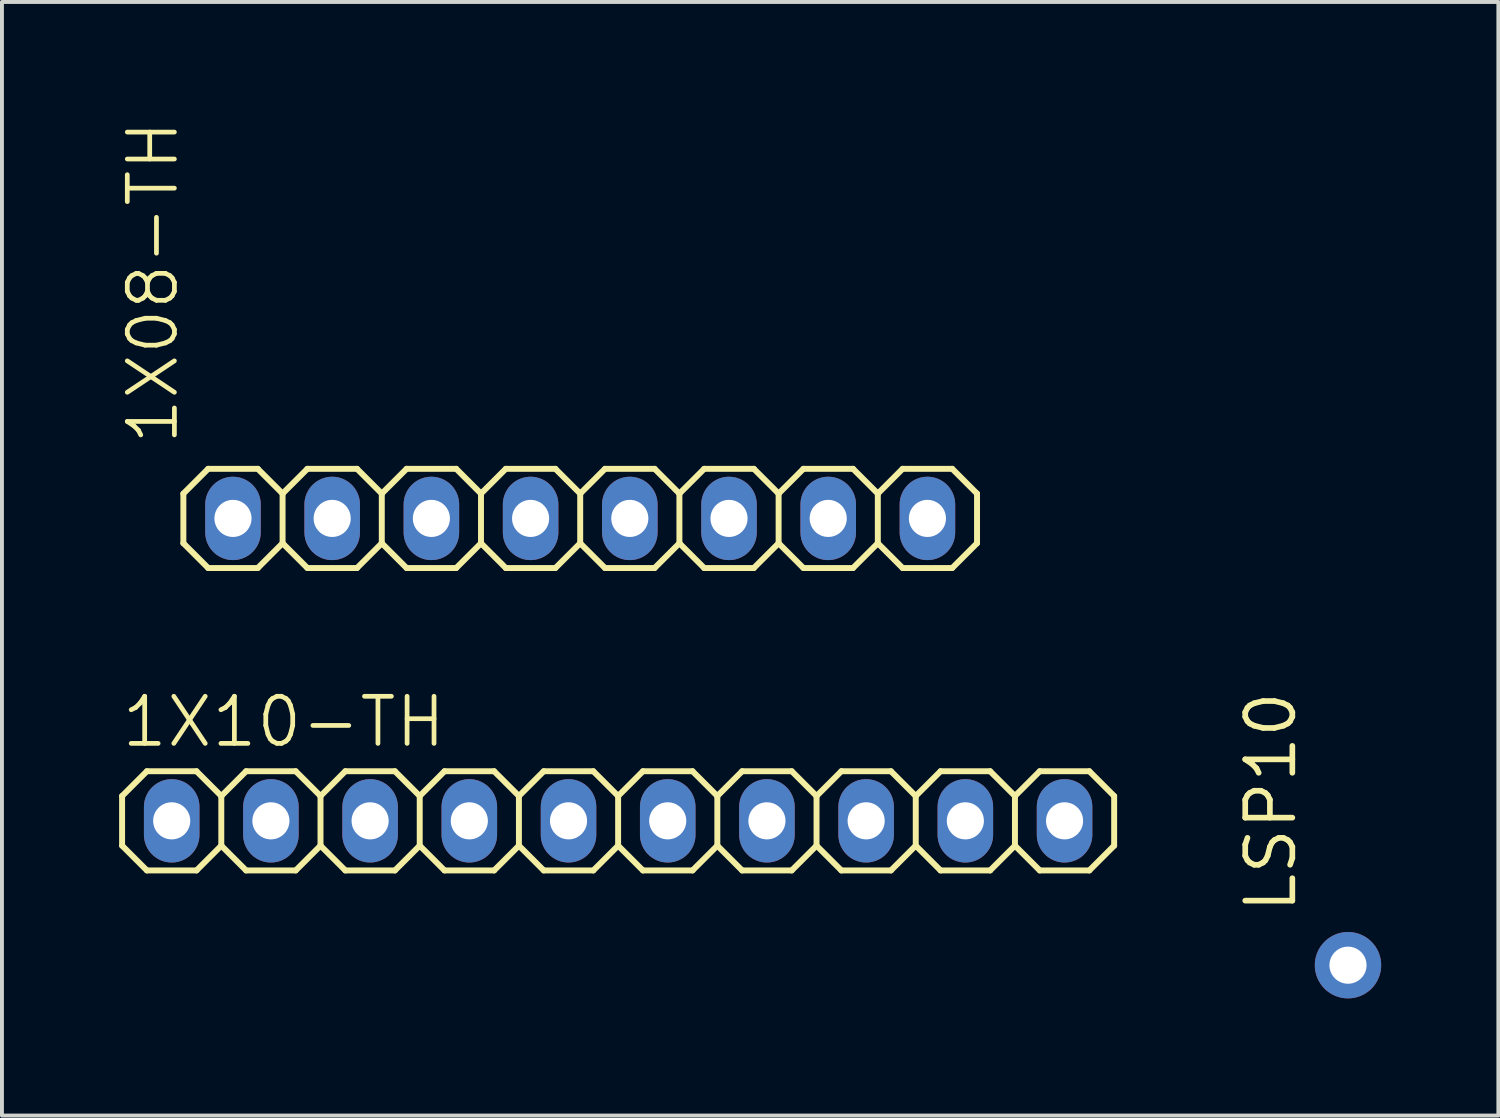
<source format=kicad_pcb>
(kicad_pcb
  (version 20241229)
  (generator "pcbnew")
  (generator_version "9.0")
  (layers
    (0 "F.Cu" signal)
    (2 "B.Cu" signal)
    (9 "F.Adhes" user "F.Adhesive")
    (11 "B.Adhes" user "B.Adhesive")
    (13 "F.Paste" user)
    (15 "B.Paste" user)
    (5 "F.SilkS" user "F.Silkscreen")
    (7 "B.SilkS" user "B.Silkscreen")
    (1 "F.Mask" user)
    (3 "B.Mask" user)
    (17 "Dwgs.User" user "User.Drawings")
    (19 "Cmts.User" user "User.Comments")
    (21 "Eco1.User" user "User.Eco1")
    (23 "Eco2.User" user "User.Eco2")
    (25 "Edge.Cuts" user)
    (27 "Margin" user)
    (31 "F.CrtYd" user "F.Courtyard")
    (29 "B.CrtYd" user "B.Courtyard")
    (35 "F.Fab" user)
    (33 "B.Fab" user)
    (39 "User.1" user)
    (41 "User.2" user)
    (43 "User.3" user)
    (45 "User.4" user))
  (footprint "1X08-TH"
    (layer "F.Cu")
    (at 11.805 10.223)
    (property "Reference" "1X08-TH" (at -10.236 -1.829 90) (layer "F.SilkS") (effects (font (size 1.206 1.206) (thickness 0.121)) (justify left bottom)))
    (attr through_hole)
    (fp_line (start -10.16 -0.635) (end -10.16 0.635) (stroke (width 0.152) (type solid)) (layer "F.SilkS"))
    (fp_line (start -10.16 0.635) (end -9.525 1.27) (stroke (width 0.152) (type solid)) (layer "F.SilkS"))
    (fp_line (start -9.525 -1.27) (end -10.16 -0.635) (stroke (width 0.152) (type solid)) (layer "F.SilkS"))
    (fp_line (start -9.525 -1.27) (end -8.255 -1.27) (stroke (width 0.152) (type solid)) (layer "F.SilkS"))
    (fp_line (start -8.255 -1.27) (end -7.62 -0.635) (stroke (width 0.152) (type solid)) (layer "F.SilkS"))
    (fp_line (start -8.255 1.27) (end -9.525 1.27) (stroke (width 0.152) (type solid)) (layer "F.SilkS"))
    (fp_line (start -7.62 -0.635) (end -7.62 0.635) (stroke (width 0.152) (type solid)) (layer "F.SilkS"))
    (fp_line (start -7.62 -0.635) (end -6.985 -1.27) (stroke (width 0.152) (type solid)) (layer "F.SilkS"))
    (fp_line (start -7.62 0.635) (end -8.255 1.27) (stroke (width 0.152) (type solid)) (layer "F.SilkS"))
    (fp_line (start -6.985 -1.27) (end -5.715 -1.27) (stroke (width 0.152) (type solid)) (layer "F.SilkS"))
    (fp_line (start -6.985 1.27) (end -7.62 0.635) (stroke (width 0.152) (type solid)) (layer "F.SilkS"))
    (fp_line (start -5.715 -1.27) (end -5.08 -0.635) (stroke (width 0.152) (type solid)) (layer "F.SilkS"))
    (fp_line (start -5.715 1.27) (end -6.985 1.27) (stroke (width 0.152) (type solid)) (layer "F.SilkS"))
    (fp_line (start -5.08 -0.635) (end -5.08 0.635) (stroke (width 0.152) (type solid)) (layer "F.SilkS"))
    (fp_line (start -5.08 -0.635) (end -4.445 -1.27) (stroke (width 0.152) (type solid)) (layer "F.SilkS"))
    (fp_line (start -5.08 0.635) (end -5.715 1.27) (stroke (width 0.152) (type solid)) (layer "F.SilkS"))
    (fp_line (start -4.445 -1.27) (end -3.175 -1.27) (stroke (width 0.152) (type solid)) (layer "F.SilkS"))
    (fp_line (start -4.445 1.27) (end -5.08 0.635) (stroke (width 0.152) (type solid)) (layer "F.SilkS"))
    (fp_line (start -3.175 -1.27) (end -2.54 -0.635) (stroke (width 0.152) (type solid)) (layer "F.SilkS"))
    (fp_line (start -3.175 1.27) (end -4.445 1.27) (stroke (width 0.152) (type solid)) (layer "F.SilkS"))
    (fp_line (start -2.54 -0.635) (end -2.54 0.635) (stroke (width 0.152) (type solid)) (layer "F.SilkS"))
    (fp_line (start -2.54 0.635) (end -3.175 1.27) (stroke (width 0.152) (type solid)) (layer "F.SilkS"))
    (fp_line (start -2.54 0.635) (end -1.905 1.27) (stroke (width 0.152) (type solid)) (layer "F.SilkS"))
    (fp_line (start -1.905 -1.27) (end -2.54 -0.635) (stroke (width 0.152) (type solid)) (layer "F.SilkS"))
    (fp_line (start -1.905 -1.27) (end -0.635 -1.27) (stroke (width 0.152) (type solid)) (layer "F.SilkS"))
    (fp_line (start -0.635 -1.27) (end 0 -0.635) (stroke (width 0.152) (type solid)) (layer "F.SilkS"))
    (fp_line (start -0.635 1.27) (end -1.905 1.27) (stroke (width 0.152) (type solid)) (layer "F.SilkS"))
    (fp_line (start 0 -0.635) (end 0 0.635) (stroke (width 0.152) (type solid)) (layer "F.SilkS"))
    (fp_line (start 0 -0.635) (end 0.635 -1.27) (stroke (width 0.152) (type solid)) (layer "F.SilkS"))
    (fp_line (start 0 0.635) (end -0.635 1.27) (stroke (width 0.152) (type solid)) (layer "F.SilkS"))
    (fp_line (start 0.635 -1.27) (end 1.905 -1.27) (stroke (width 0.152) (type solid)) (layer "F.SilkS"))
    (fp_line (start 0.635 1.27) (end 0 0.635) (stroke (width 0.152) (type solid)) (layer "F.SilkS"))
    (fp_line (start 1.905 -1.27) (end 2.54 -0.635) (stroke (width 0.152) (type solid)) (layer "F.SilkS"))
    (fp_line (start 1.905 1.27) (end 0.635 1.27) (stroke (width 0.152) (type solid)) (layer "F.SilkS"))
    (fp_line (start 2.54 -0.635) (end 2.54 0.635) (stroke (width 0.152) (type solid)) (layer "F.SilkS"))
    (fp_line (start 2.54 -0.635) (end 3.175 -1.27) (stroke (width 0.152) (type solid)) (layer "F.SilkS"))
    (fp_line (start 2.54 0.635) (end 1.905 1.27) (stroke (width 0.152) (type solid)) (layer "F.SilkS"))
    (fp_line (start 3.175 -1.27) (end 4.445 -1.27) (stroke (width 0.152) (type solid)) (layer "F.SilkS"))
    (fp_line (start 3.175 1.27) (end 2.54 0.635) (stroke (width 0.152) (type solid)) (layer "F.SilkS"))
    (fp_line (start 4.445 -1.27) (end 5.08 -0.635) (stroke (width 0.152) (type solid)) (layer "F.SilkS"))
    (fp_line (start 4.445 1.27) (end 3.175 1.27) (stroke (width 0.152) (type solid)) (layer "F.SilkS"))
    (fp_line (start 5.08 -0.635) (end 5.08 0.635) (stroke (width 0.152) (type solid)) (layer "F.SilkS"))
    (fp_line (start 5.08 0.635) (end 4.445 1.27) (stroke (width 0.152) (type solid)) (layer "F.SilkS"))
    (fp_line (start 5.08 0.635) (end 5.715 1.27) (stroke (width 0.152) (type solid)) (layer "F.SilkS"))
    (fp_line (start 5.715 -1.27) (end 5.08 -0.635) (stroke (width 0.152) (type solid)) (layer "F.SilkS"))
    (fp_line (start 5.715 -1.27) (end 6.985 -1.27) (stroke (width 0.152) (type solid)) (layer "F.SilkS"))
    (fp_line (start 6.985 -1.27) (end 7.62 -0.635) (stroke (width 0.152) (type solid)) (layer "F.SilkS"))
    (fp_line (start 6.985 1.27) (end 5.715 1.27) (stroke (width 0.152) (type solid)) (layer "F.SilkS"))
    (fp_line (start 7.62 -0.635) (end 7.62 0.635) (stroke (width 0.152) (type solid)) (layer "F.SilkS"))
    (fp_line (start 7.62 0.635) (end 6.985 1.27) (stroke (width 0.152) (type solid)) (layer "F.SilkS"))
    (fp_line (start 7.62 0.635) (end 8.255 1.27) (stroke (width 0.152) (type solid)) (layer "F.SilkS"))
    (fp_line (start 8.255 -1.27) (end 7.62 -0.635) (stroke (width 0.152) (type solid)) (layer "F.SilkS"))
    (fp_line (start 8.255 -1.27) (end 9.525 -1.27) (stroke (width 0.152) (type solid)) (layer "F.SilkS"))
    (fp_line (start 9.525 -1.27) (end 10.16 -0.635) (stroke (width 0.152) (type solid)) (layer "F.SilkS"))
    (fp_line (start 9.525 1.27) (end 8.255 1.27) (stroke (width 0.152) (type solid)) (layer "F.SilkS"))
    (fp_line (start 10.16 -0.635) (end 10.16 0.635) (stroke (width 0.152) (type solid)) (layer "F.SilkS"))
    (fp_line (start 10.16 0.635) (end 9.525 1.27) (stroke (width 0.152) (type solid)) (layer "F.SilkS"))
    (fp_poly (pts (xy -9.144 0.254) (xy -8.636 0.254) (xy -8.636 -0.254) (xy -9.144 -0.254)) (stroke (width 0.1) (type solid)) (fill no) (layer "F.Fab"))
    (fp_poly (pts (xy -6.604 0.254) (xy -6.096 0.254) (xy -6.096 -0.254) (xy -6.604 -0.254)) (stroke (width 0.1) (type solid)) (fill no) (layer "F.Fab"))
    (fp_poly (pts (xy -4.064 0.254) (xy -3.556 0.254) (xy -3.556 -0.254) (xy -4.064 -0.254)) (stroke (width 0.1) (type solid)) (fill no) (layer "F.Fab"))
    (fp_poly (pts (xy -1.524 0.254) (xy -1.016 0.254) (xy -1.016 -0.254) (xy -1.524 -0.254)) (stroke (width 0.1) (type solid)) (fill no) (layer "F.Fab"))
    (fp_poly (pts (xy 1.016 0.254) (xy 1.524 0.254) (xy 1.524 -0.254) (xy 1.016 -0.254)) (stroke (width 0.1) (type solid)) (fill no) (layer "F.Fab"))
    (fp_poly (pts (xy 3.556 0.254) (xy 4.064 0.254) (xy 4.064 -0.254) (xy 3.556 -0.254)) (stroke (width 0.1) (type solid)) (fill no) (layer "F.Fab"))
    (fp_poly (pts (xy 6.096 0.254) (xy 6.604 0.254) (xy 6.604 -0.254) (xy 6.096 -0.254)) (stroke (width 0.1) (type solid)) (fill no) (layer "F.Fab"))
    (fp_poly (pts (xy 8.636 0.254) (xy 9.144 0.254) (xy 9.144 -0.254) (xy 8.636 -0.254)) (stroke (width 0.1) (type solid)) (fill no) (layer "F.Fab"))
    (pad "1" thru_hole oval (at -8.89 0 90) (size 2.134 1.422) (drill 0.95) (layers "*.Cu" "*.Mask"))
    (pad "2" thru_hole oval (at -6.35 0 90) (size 2.134 1.422) (drill 0.95) (layers "*.Cu" "*.Mask"))
    (pad "3" thru_hole oval (at -3.81 0 90) (size 2.134 1.422) (drill 0.95) (layers "*.Cu" "*.Mask"))
    (pad "4" thru_hole oval (at -1.27 0 90) (size 2.134 1.422) (drill 0.95) (layers "*.Cu" "*.Mask"))
    (pad "5" thru_hole oval (at 1.27 0 90) (size 2.134 1.422) (drill 0.95) (layers "*.Cu" "*.Mask"))
    (pad "6" thru_hole oval (at 3.81 0 90) (size 2.134 1.422) (drill 0.95) (layers "*.Cu" "*.Mask"))
    (pad "7" thru_hole oval (at 6.35 0 90) (size 2.134 1.422) (drill 0.95) (layers "*.Cu" "*.Mask"))
    (pad "8" thru_hole oval (at 8.89 0 90) (size 2.134 1.422) (drill 0.95) (layers "*.Cu" "*.Mask")))
  (footprint "1X10-TH"
    (layer "F.Cu")
    (at 12.776 17.966)
    (property "Reference" "1X10-TH" (at -12.776 -1.829 180) (layer "F.SilkS") (effects (font (size 1.206 1.206) (thickness 0.121)) (justify left bottom)))
    (attr through_hole)
    (fp_line (start -12.7 -0.635) (end -12.7 0.635) (stroke (width 0.152) (type solid)) (layer "F.SilkS"))
    (fp_line (start -12.7 0.635) (end -12.065 1.27) (stroke (width 0.152) (type solid)) (layer "F.SilkS"))
    (fp_line (start -12.065 -1.27) (end -12.7 -0.635) (stroke (width 0.152) (type solid)) (layer "F.SilkS"))
    (fp_line (start -12.065 -1.27) (end -10.795 -1.27) (stroke (width 0.152) (type solid)) (layer "F.SilkS"))
    (fp_line (start -10.795 -1.27) (end -10.16 -0.635) (stroke (width 0.152) (type solid)) (layer "F.SilkS"))
    (fp_line (start -10.795 1.27) (end -12.065 1.27) (stroke (width 0.152) (type solid)) (layer "F.SilkS"))
    (fp_line (start -10.16 -0.635) (end -10.16 0.635) (stroke (width 0.152) (type solid)) (layer "F.SilkS"))
    (fp_line (start -10.16 -0.635) (end -9.525 -1.27) (stroke (width 0.152) (type solid)) (layer "F.SilkS"))
    (fp_line (start -10.16 0.635) (end -10.795 1.27) (stroke (width 0.152) (type solid)) (layer "F.SilkS"))
    (fp_line (start -9.525 -1.27) (end -8.255 -1.27) (stroke (width 0.152) (type solid)) (layer "F.SilkS"))
    (fp_line (start -9.525 1.27) (end -10.16 0.635) (stroke (width 0.152) (type solid)) (layer "F.SilkS"))
    (fp_line (start -8.255 -1.27) (end -7.62 -0.635) (stroke (width 0.152) (type solid)) (layer "F.SilkS"))
    (fp_line (start -8.255 1.27) (end -9.525 1.27) (stroke (width 0.152) (type solid)) (layer "F.SilkS"))
    (fp_line (start -7.62 -0.635) (end -7.62 0.635) (stroke (width 0.152) (type solid)) (layer "F.SilkS"))
    (fp_line (start -7.62 -0.635) (end -6.985 -1.27) (stroke (width 0.152) (type solid)) (layer "F.SilkS"))
    (fp_line (start -7.62 0.635) (end -8.255 1.27) (stroke (width 0.152) (type solid)) (layer "F.SilkS"))
    (fp_line (start -6.985 -1.27) (end -5.715 -1.27) (stroke (width 0.152) (type solid)) (layer "F.SilkS"))
    (fp_line (start -6.985 1.27) (end -7.62 0.635) (stroke (width 0.152) (type solid)) (layer "F.SilkS"))
    (fp_line (start -5.715 -1.27) (end -5.08 -0.635) (stroke (width 0.152) (type solid)) (layer "F.SilkS"))
    (fp_line (start -5.715 1.27) (end -6.985 1.27) (stroke (width 0.152) (type solid)) (layer "F.SilkS"))
    (fp_line (start -5.08 -0.635) (end -5.08 0.635) (stroke (width 0.152) (type solid)) (layer "F.SilkS"))
    (fp_line (start -5.08 0.635) (end -5.715 1.27) (stroke (width 0.152) (type solid)) (layer "F.SilkS"))
    (fp_line (start -5.08 0.635) (end -4.445 1.27) (stroke (width 0.152) (type solid)) (layer "F.SilkS"))
    (fp_line (start -4.445 -1.27) (end -5.08 -0.635) (stroke (width 0.152) (type solid)) (layer "F.SilkS"))
    (fp_line (start -4.445 -1.27) (end -3.175 -1.27) (stroke (width 0.152) (type solid)) (layer "F.SilkS"))
    (fp_line (start -3.175 -1.27) (end -2.54 -0.635) (stroke (width 0.152) (type solid)) (layer "F.SilkS"))
    (fp_line (start -3.175 1.27) (end -4.445 1.27) (stroke (width 0.152) (type solid)) (layer "F.SilkS"))
    (fp_line (start -2.54 -0.635) (end -2.54 0.635) (stroke (width 0.152) (type solid)) (layer "F.SilkS"))
    (fp_line (start -2.54 -0.635) (end -1.905 -1.27) (stroke (width 0.152) (type solid)) (layer "F.SilkS"))
    (fp_line (start -2.54 0.635) (end -3.175 1.27) (stroke (width 0.152) (type solid)) (layer "F.SilkS"))
    (fp_line (start -1.905 -1.27) (end -0.635 -1.27) (stroke (width 0.152) (type solid)) (layer "F.SilkS"))
    (fp_line (start -1.905 1.27) (end -2.54 0.635) (stroke (width 0.152) (type solid)) (layer "F.SilkS"))
    (fp_line (start -0.635 -1.27) (end 0 -0.635) (stroke (width 0.152) (type solid)) (layer "F.SilkS"))
    (fp_line (start -0.635 1.27) (end -1.905 1.27) (stroke (width 0.152) (type solid)) (layer "F.SilkS"))
    (fp_line (start 0 -0.635) (end 0 0.635) (stroke (width 0.152) (type solid)) (layer "F.SilkS"))
    (fp_line (start 0 -0.635) (end 0.635 -1.27) (stroke (width 0.152) (type solid)) (layer "F.SilkS"))
    (fp_line (start 0 0.635) (end -0.635 1.27) (stroke (width 0.152) (type solid)) (layer "F.SilkS"))
    (fp_line (start 0.635 -1.27) (end 1.905 -1.27) (stroke (width 0.152) (type solid)) (layer "F.SilkS"))
    (fp_line (start 0.635 1.27) (end 0 0.635) (stroke (width 0.152) (type solid)) (layer "F.SilkS"))
    (fp_line (start 1.905 -1.27) (end 2.54 -0.635) (stroke (width 0.152) (type solid)) (layer "F.SilkS"))
    (fp_line (start 1.905 1.27) (end 0.635 1.27) (stroke (width 0.152) (type solid)) (layer "F.SilkS"))
    (fp_line (start 2.54 -0.635) (end 2.54 0.635) (stroke (width 0.152) (type solid)) (layer "F.SilkS"))
    (fp_line (start 2.54 0.635) (end 1.905 1.27) (stroke (width 0.152) (type solid)) (layer "F.SilkS"))
    (fp_line (start 2.54 0.635) (end 3.175 1.27) (stroke (width 0.152) (type solid)) (layer "F.SilkS"))
    (fp_line (start 3.175 -1.27) (end 2.54 -0.635) (stroke (width 0.152) (type solid)) (layer "F.SilkS"))
    (fp_line (start 3.175 -1.27) (end 4.445 -1.27) (stroke (width 0.152) (type solid)) (layer "F.SilkS"))
    (fp_line (start 4.445 -1.27) (end 5.08 -0.635) (stroke (width 0.152) (type solid)) (layer "F.SilkS"))
    (fp_line (start 4.445 1.27) (end 3.175 1.27) (stroke (width 0.152) (type solid)) (layer "F.SilkS"))
    (fp_line (start 5.08 -0.635) (end 5.08 0.635) (stroke (width 0.152) (type solid)) (layer "F.SilkS"))
    (fp_line (start 5.08 -0.635) (end 5.715 -1.27) (stroke (width 0.152) (type solid)) (layer "F.SilkS"))
    (fp_line (start 5.08 0.635) (end 4.445 1.27) (stroke (width 0.152) (type solid)) (layer "F.SilkS"))
    (fp_line (start 5.715 -1.27) (end 6.985 -1.27) (stroke (width 0.152) (type solid)) (layer "F.SilkS"))
    (fp_line (start 5.715 1.27) (end 5.08 0.635) (stroke (width 0.152) (type solid)) (layer "F.SilkS"))
    (fp_line (start 6.985 -1.27) (end 7.62 -0.635) (stroke (width 0.152) (type solid)) (layer "F.SilkS"))
    (fp_line (start 6.985 1.27) (end 5.715 1.27) (stroke (width 0.152) (type solid)) (layer "F.SilkS"))
    (fp_line (start 7.62 -0.635) (end 7.62 0.635) (stroke (width 0.152) (type solid)) (layer "F.SilkS"))
    (fp_line (start 7.62 -0.635) (end 8.255 -1.27) (stroke (width 0.152) (type solid)) (layer "F.SilkS"))
    (fp_line (start 7.62 0.635) (end 6.985 1.27) (stroke (width 0.152) (type solid)) (layer "F.SilkS"))
    (fp_line (start 8.255 -1.27) (end 9.525 -1.27) (stroke (width 0.152) (type solid)) (layer "F.SilkS"))
    (fp_line (start 8.255 1.27) (end 7.62 0.635) (stroke (width 0.152) (type solid)) (layer "F.SilkS"))
    (fp_line (start 9.525 -1.27) (end 10.16 -0.635) (stroke (width 0.152) (type solid)) (layer "F.SilkS"))
    (fp_line (start 9.525 1.27) (end 8.255 1.27) (stroke (width 0.152) (type solid)) (layer "F.SilkS"))
    (fp_line (start 10.16 -0.635) (end 10.16 0.635) (stroke (width 0.152) (type solid)) (layer "F.SilkS"))
    (fp_line (start 10.16 0.635) (end 9.525 1.27) (stroke (width 0.152) (type solid)) (layer "F.SilkS"))
    (fp_line (start 10.16 0.635) (end 10.795 1.27) (stroke (width 0.152) (type solid)) (layer "F.SilkS"))
    (fp_line (start 10.795 -1.27) (end 10.16 -0.635) (stroke (width 0.152) (type solid)) (layer "F.SilkS"))
    (fp_line (start 10.795 -1.27) (end 12.065 -1.27) (stroke (width 0.152) (type solid)) (layer "F.SilkS"))
    (fp_line (start 12.065 -1.27) (end 12.7 -0.635) (stroke (width 0.152) (type solid)) (layer "F.SilkS"))
    (fp_line (start 12.065 1.27) (end 10.795 1.27) (stroke (width 0.152) (type solid)) (layer "F.SilkS"))
    (fp_line (start 12.7 -0.635) (end 12.7 0.635) (stroke (width 0.152) (type solid)) (layer "F.SilkS"))
    (fp_line (start 12.7 0.635) (end 12.065 1.27) (stroke (width 0.152) (type solid)) (layer "F.SilkS"))
    (fp_poly (pts (xy -11.684 0.254) (xy -11.176 0.254) (xy -11.176 -0.254) (xy -11.684 -0.254)) (stroke (width 0.1) (type solid)) (fill no) (layer "F.Fab"))
    (fp_poly (pts (xy -9.144 0.254) (xy -8.636 0.254) (xy -8.636 -0.254) (xy -9.144 -0.254)) (stroke (width 0.1) (type solid)) (fill no) (layer "F.Fab"))
    (fp_poly (pts (xy -6.604 0.254) (xy -6.096 0.254) (xy -6.096 -0.254) (xy -6.604 -0.254)) (stroke (width 0.1) (type solid)) (fill no) (layer "F.Fab"))
    (fp_poly (pts (xy -4.064 0.254) (xy -3.556 0.254) (xy -3.556 -0.254) (xy -4.064 -0.254)) (stroke (width 0.1) (type solid)) (fill no) (layer "F.Fab"))
    (fp_poly (pts (xy -1.524 0.254) (xy -1.016 0.254) (xy -1.016 -0.254) (xy -1.524 -0.254)) (stroke (width 0.1) (type solid)) (fill no) (layer "F.Fab"))
    (fp_poly (pts (xy 1.016 0.254) (xy 1.524 0.254) (xy 1.524 -0.254) (xy 1.016 -0.254)) (stroke (width 0.1) (type solid)) (fill no) (layer "F.Fab"))
    (fp_poly (pts (xy 3.556 0.254) (xy 4.064 0.254) (xy 4.064 -0.254) (xy 3.556 -0.254)) (stroke (width 0.1) (type solid)) (fill no) (layer "F.Fab"))
    (fp_poly (pts (xy 6.096 0.254) (xy 6.604 0.254) (xy 6.604 -0.254) (xy 6.096 -0.254)) (stroke (width 0.1) (type solid)) (fill no) (layer "F.Fab"))
    (fp_poly (pts (xy 8.636 0.254) (xy 9.144 0.254) (xy 9.144 -0.254) (xy 8.636 -0.254)) (stroke (width 0.1) (type solid)) (fill no) (layer "F.Fab"))
    (fp_poly (pts (xy 11.176 0.254) (xy 11.684 0.254) (xy 11.684 -0.254) (xy 11.176 -0.254)) (stroke (width 0.1) (type solid)) (fill no) (layer "F.Fab"))
    (pad "1" thru_hole oval (at -11.43 0 90) (size 2.134 1.422) (drill 0.95) (layers "*.Cu" "*.Mask"))
    (pad "2" thru_hole oval (at -8.89 0 90) (size 2.134 1.422) (drill 0.95) (layers "*.Cu" "*.Mask"))
    (pad "3" thru_hole oval (at -6.35 0 90) (size 2.134 1.422) (drill 0.95) (layers "*.Cu" "*.Mask"))
    (pad "4" thru_hole oval (at -3.81 0 90) (size 2.134 1.422) (drill 0.95) (layers "*.Cu" "*.Mask"))
    (pad "5" thru_hole oval (at -1.27 0 90) (size 2.134 1.422) (drill 0.95) (layers "*.Cu" "*.Mask"))
    (pad "6" thru_hole oval (at 1.27 0 90) (size 2.134 1.422) (drill 0.95) (layers "*.Cu" "*.Mask"))
    (pad "7" thru_hole oval (at 3.81 0 90) (size 2.134 1.422) (drill 0.95) (layers "*.Cu" "*.Mask"))
    (pad "8" thru_hole oval (at 6.35 0 90) (size 2.134 1.422) (drill 0.95) (layers "*.Cu" "*.Mask"))
    (pad "9" thru_hole oval (at 8.89 0 90) (size 2.134 1.422) (drill 0.95) (layers "*.Cu" "*.Mask"))
    (pad "10" thru_hole oval (at 11.43 0 90) (size 2.134 1.422) (drill 0.95) (layers "*.Cu" "*.Mask")))
  (footprint "LSP10"
    (layer "F.Cu")
    (at 31.463 21.662)
    (property "Reference" "LSP10" (at -1.27 -1.27 270) (layer "F.SilkS") (effects (font (size 1.206 1.206) (thickness 0.145)) (justify left bottom)))
    (attr through_hole)
    (pad "MP" thru_hole circle (at 0 0) (size 1.7 1.7) (drill 0.95) (layers "*.Cu" "*.Mask")))
  (gr_rect
    (start -3 -3)
    (end 35.313 25.512)
    (stroke (width 0.1) (type default))
    (fill no)
    (layer "Edge.Cuts")))
</source>
